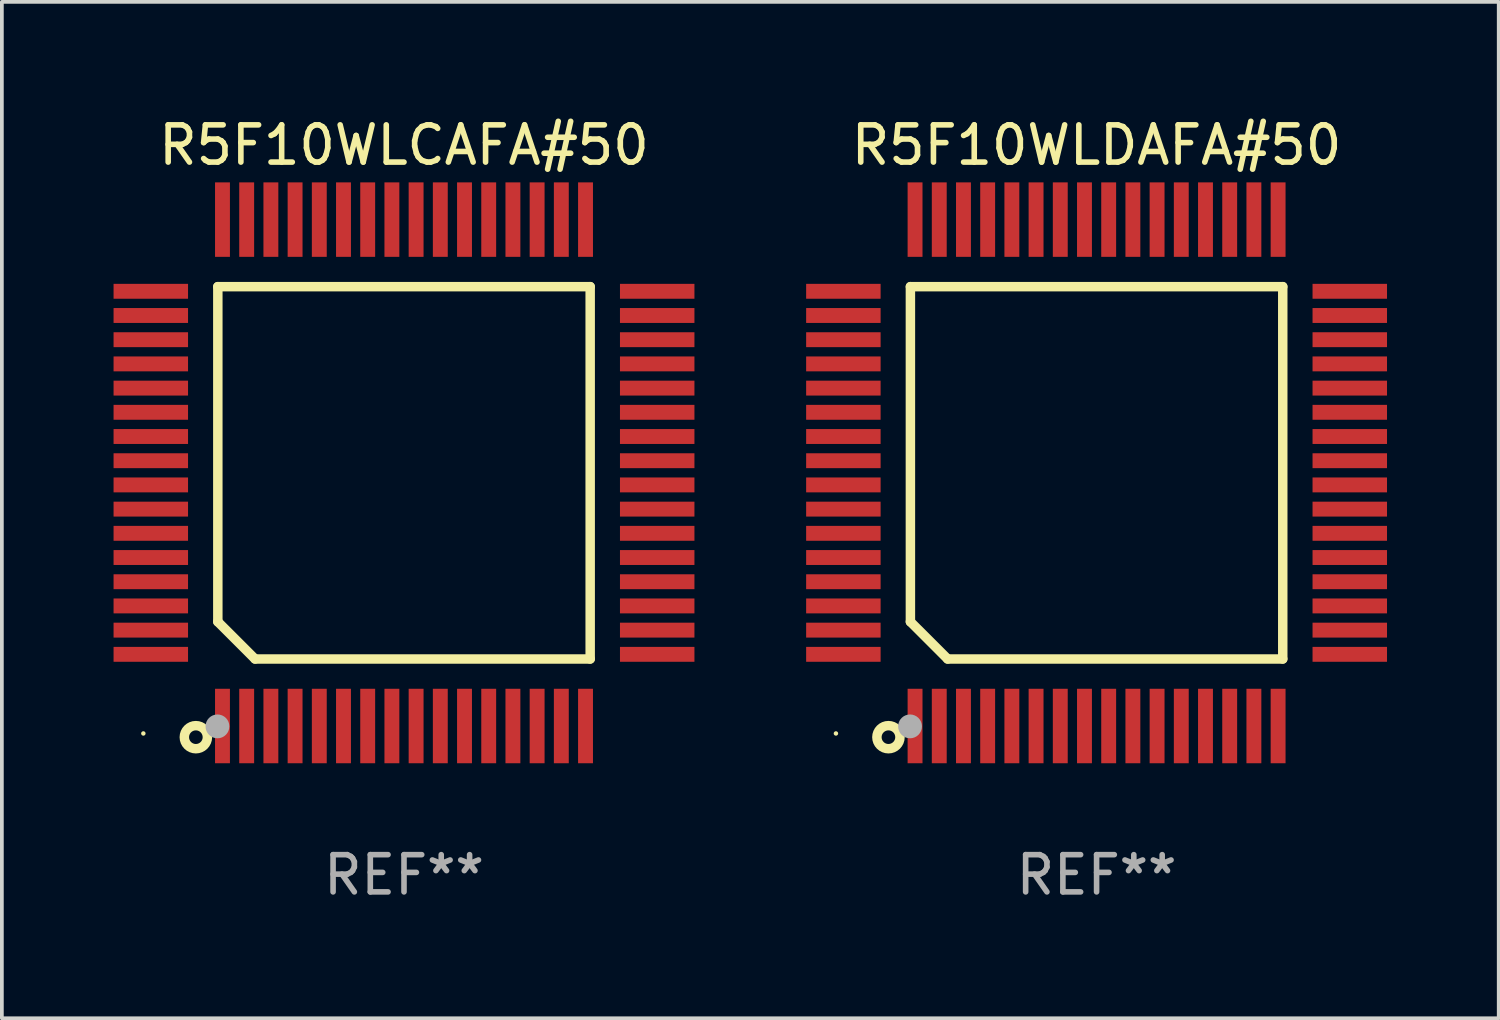
<source format=kicad_pcb>
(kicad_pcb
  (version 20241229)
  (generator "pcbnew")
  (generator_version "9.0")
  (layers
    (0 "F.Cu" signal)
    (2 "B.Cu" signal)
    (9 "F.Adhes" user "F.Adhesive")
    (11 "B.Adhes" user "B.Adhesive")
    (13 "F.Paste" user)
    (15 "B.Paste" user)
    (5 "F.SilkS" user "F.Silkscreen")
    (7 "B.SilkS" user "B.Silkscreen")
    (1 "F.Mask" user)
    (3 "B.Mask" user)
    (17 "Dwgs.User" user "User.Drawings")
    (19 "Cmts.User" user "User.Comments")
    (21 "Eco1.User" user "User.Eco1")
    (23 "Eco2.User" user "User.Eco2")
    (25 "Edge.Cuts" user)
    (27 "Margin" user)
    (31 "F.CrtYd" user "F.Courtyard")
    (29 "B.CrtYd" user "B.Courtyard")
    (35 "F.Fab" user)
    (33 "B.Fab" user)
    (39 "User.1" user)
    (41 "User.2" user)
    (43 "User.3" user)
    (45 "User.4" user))
  (footprint "R5F10WLCAFA#50"
    (layer "F.Cu")
    (at 7.8 9.648)
    (property "Reference" "R5F10WLCAFA#50" (at 0 -8.8 0) (layer "F.SilkS") (effects (font (size 1 1) (thickness 0.15))))
    (attr through_hole)
    (fp_line (start -5 -5) (end 5 -5) (stroke (width 0.254) (type solid)) (layer "F.SilkS"))
    (fp_line (start -5 4) (end -5 -5) (stroke (width 0.254) (type solid)) (layer "F.SilkS"))
    (fp_line (start -4 5) (end -5 4) (stroke (width 0.254) (type solid)) (layer "F.SilkS"))
    (fp_line (start 5 -5) (end 5 5) (stroke (width 0.254) (type solid)) (layer "F.SilkS"))
    (fp_line (start 5 5) (end -4 5) (stroke (width 0.254) (type solid)) (layer "F.SilkS"))
    (fp_circle (center -7 7) (end -6.97 7) (stroke (width 0.06) (type solid)) (fill no) (layer "F.SilkS"))
    (fp_circle (center -5.59 7.1) (end -5.28 7.1) (stroke (width 0.254) (type solid)) (fill no) (layer "F.SilkS"))
    (fp_circle (center -5.01 6.81) (end -4.85 6.81) (stroke (width 0.32) (type solid)) (fill no) (layer "F.Fab"))
    (fp_text user "REF**" (at 0 10.8 0) (layer "F.Fab") (effects (font (size 1 1) (thickness 0.15))))
    (pad "1" smd rect (at -4.875 6.8) (size 0.4 2) (layers "F.Cu" "F.Mask" "F.Paste"))
    (pad "2" smd rect (at -4.225 6.8) (size 0.4 2) (layers "F.Cu" "F.Mask" "F.Paste"))
    (pad "3" smd rect (at -3.575 6.8) (size 0.4 2) (layers "F.Cu" "F.Mask" "F.Paste"))
    (pad "4" smd rect (at -2.925 6.8) (size 0.4 2) (layers "F.Cu" "F.Mask" "F.Paste"))
    (pad "5" smd rect (at -2.275 6.8) (size 0.4 2) (layers "F.Cu" "F.Mask" "F.Paste"))
    (pad "6" smd rect (at -1.625 6.8) (size 0.4 2) (layers "F.Cu" "F.Mask" "F.Paste"))
    (pad "7" smd rect (at -0.975 6.8) (size 0.4 2) (layers "F.Cu" "F.Mask" "F.Paste"))
    (pad "8" smd rect (at -0.325 6.8) (size 0.4 2) (layers "F.Cu" "F.Mask" "F.Paste"))
    (pad "9" smd rect (at 0.325 6.8) (size 0.4 2) (layers "F.Cu" "F.Mask" "F.Paste"))
    (pad "10" smd rect (at 0.975 6.8) (size 0.4 2) (layers "F.Cu" "F.Mask" "F.Paste"))
    (pad "11" smd rect (at 1.625 6.8) (size 0.4 2) (layers "F.Cu" "F.Mask" "F.Paste"))
    (pad "12" smd rect (at 2.275 6.8) (size 0.4 2) (layers "F.Cu" "F.Mask" "F.Paste"))
    (pad "13" smd rect (at 2.925 6.8) (size 0.4 2) (layers "F.Cu" "F.Mask" "F.Paste"))
    (pad "14" smd rect (at 3.575 6.8) (size 0.4 2) (layers "F.Cu" "F.Mask" "F.Paste"))
    (pad "15" smd rect (at 4.225 6.8) (size 0.4 2) (layers "F.Cu" "F.Mask" "F.Paste"))
    (pad "16" smd rect (at 4.875 6.8) (size 0.4 2) (layers "F.Cu" "F.Mask" "F.Paste"))
    (pad "17" smd rect (at 6.8 4.875) (size 2 0.4) (layers "F.Cu" "F.Mask" "F.Paste"))
    (pad "18" smd rect (at 6.8 4.225) (size 2 0.4) (layers "F.Cu" "F.Mask" "F.Paste"))
    (pad "19" smd rect (at 6.8 3.575) (size 2 0.4) (layers "F.Cu" "F.Mask" "F.Paste"))
    (pad "20" smd rect (at 6.8 2.925) (size 2 0.4) (layers "F.Cu" "F.Mask" "F.Paste"))
    (pad "21" smd rect (at 6.8 2.275) (size 2 0.4) (layers "F.Cu" "F.Mask" "F.Paste"))
    (pad "22" smd rect (at 6.8 1.625) (size 2 0.4) (layers "F.Cu" "F.Mask" "F.Paste"))
    (pad "23" smd rect (at 6.8 0.975) (size 2 0.4) (layers "F.Cu" "F.Mask" "F.Paste"))
    (pad "24" smd rect (at 6.8 0.325) (size 2 0.4) (layers "F.Cu" "F.Mask" "F.Paste"))
    (pad "25" smd rect (at 6.8 -0.325) (size 2 0.4) (layers "F.Cu" "F.Mask" "F.Paste"))
    (pad "26" smd rect (at 6.8 -0.975) (size 2 0.4) (layers "F.Cu" "F.Mask" "F.Paste"))
    (pad "27" smd rect (at 6.8 -1.625) (size 2 0.4) (layers "F.Cu" "F.Mask" "F.Paste"))
    (pad "28" smd rect (at 6.8 -2.275) (size 2 0.4) (layers "F.Cu" "F.Mask" "F.Paste"))
    (pad "29" smd rect (at 6.8 -2.925) (size 2 0.4) (layers "F.Cu" "F.Mask" "F.Paste"))
    (pad "30" smd rect (at 6.8 -3.575) (size 2 0.4) (layers "F.Cu" "F.Mask" "F.Paste"))
    (pad "31" smd rect (at 6.8 -4.225) (size 2 0.4) (layers "F.Cu" "F.Mask" "F.Paste"))
    (pad "32" smd rect (at 6.8 -4.875) (size 2 0.4) (layers "F.Cu" "F.Mask" "F.Paste"))
    (pad "33" smd rect (at 4.875 -6.8) (size 0.4 2) (layers "F.Cu" "F.Mask" "F.Paste"))
    (pad "34" smd rect (at 4.225 -6.8) (size 0.4 2) (layers "F.Cu" "F.Mask" "F.Paste"))
    (pad "35" smd rect (at 3.575 -6.8) (size 0.4 2) (layers "F.Cu" "F.Mask" "F.Paste"))
    (pad "36" smd rect (at 2.925 -6.8) (size 0.4 2) (layers "F.Cu" "F.Mask" "F.Paste"))
    (pad "37" smd rect (at 2.275 -6.8) (size 0.4 2) (layers "F.Cu" "F.Mask" "F.Paste"))
    (pad "38" smd rect (at 1.625 -6.8) (size 0.4 2) (layers "F.Cu" "F.Mask" "F.Paste"))
    (pad "39" smd rect (at 0.975 -6.8) (size 0.4 2) (layers "F.Cu" "F.Mask" "F.Paste"))
    (pad "40" smd rect (at 0.325 -6.8) (size 0.4 2) (layers "F.Cu" "F.Mask" "F.Paste"))
    (pad "41" smd rect (at -0.325 -6.8) (size 0.4 2) (layers "F.Cu" "F.Mask" "F.Paste"))
    (pad "42" smd rect (at -0.975 -6.8) (size 0.4 2) (layers "F.Cu" "F.Mask" "F.Paste"))
    (pad "43" smd rect (at -1.625 -6.8) (size 0.4 2) (layers "F.Cu" "F.Mask" "F.Paste"))
    (pad "44" smd rect (at -2.275 -6.8) (size 0.4 2) (layers "F.Cu" "F.Mask" "F.Paste"))
    (pad "45" smd rect (at -2.925 -6.8) (size 0.4 2) (layers "F.Cu" "F.Mask" "F.Paste"))
    (pad "46" smd rect (at -3.575 -6.8) (size 0.4 2) (layers "F.Cu" "F.Mask" "F.Paste"))
    (pad "47" smd rect (at -4.225 -6.8) (size 0.4 2) (layers "F.Cu" "F.Mask" "F.Paste"))
    (pad "48" smd rect (at -4.875 -6.8) (size 0.4 2) (layers "F.Cu" "F.Mask" "F.Paste"))
    (pad "49" smd rect (at -6.8 -4.875) (size 2 0.4) (layers "F.Cu" "F.Mask" "F.Paste"))
    (pad "50" smd rect (at -6.8 -4.225) (size 2 0.4) (layers "F.Cu" "F.Mask" "F.Paste"))
    (pad "51" smd rect (at -6.8 -3.575) (size 2 0.4) (layers "F.Cu" "F.Mask" "F.Paste"))
    (pad "52" smd rect (at -6.8 -2.925) (size 2 0.4) (layers "F.Cu" "F.Mask" "F.Paste"))
    (pad "53" smd rect (at -6.8 -2.275) (size 2 0.4) (layers "F.Cu" "F.Mask" "F.Paste"))
    (pad "54" smd rect (at -6.8 -1.625) (size 2 0.4) (layers "F.Cu" "F.Mask" "F.Paste"))
    (pad "55" smd rect (at -6.8 -0.975) (size 2 0.4) (layers "F.Cu" "F.Mask" "F.Paste"))
    (pad "56" smd rect (at -6.8 -0.325) (size 2 0.4) (layers "F.Cu" "F.Mask" "F.Paste"))
    (pad "57" smd rect (at -6.8 0.325) (size 2 0.4) (layers "F.Cu" "F.Mask" "F.Paste"))
    (pad "58" smd rect (at -6.8 0.975) (size 2 0.4) (layers "F.Cu" "F.Mask" "F.Paste"))
    (pad "59" smd rect (at -6.8 1.625) (size 2 0.4) (layers "F.Cu" "F.Mask" "F.Paste"))
    (pad "60" smd rect (at -6.8 2.275) (size 2 0.4) (layers "F.Cu" "F.Mask" "F.Paste"))
    (pad "61" smd rect (at -6.8 2.925) (size 2 0.4) (layers "F.Cu" "F.Mask" "F.Paste"))
    (pad "62" smd rect (at -6.8 3.575) (size 2 0.4) (layers "F.Cu" "F.Mask" "F.Paste"))
    (pad "63" smd rect (at -6.8 4.225) (size 2 0.4) (layers "F.Cu" "F.Mask" "F.Paste"))
    (pad "64" smd rect (at -6.8 4.875) (size 2 0.4) (layers "F.Cu" "F.Mask" "F.Paste")))
  (footprint "R5F10WLDAFA#50"
    (layer "F.Cu")
    (at 26.4 9.648)
    (property "Reference" "R5F10WLDAFA#50" (at 0 -8.8 0) (layer "F.SilkS") (effects (font (size 1 1) (thickness 0.15))))
    (attr through_hole)
    (fp_line (start -5 -5) (end 5 -5) (stroke (width 0.254) (type solid)) (layer "F.SilkS"))
    (fp_line (start -5 4) (end -5 -5) (stroke (width 0.254) (type solid)) (layer "F.SilkS"))
    (fp_line (start -4 5) (end -5 4) (stroke (width 0.254) (type solid)) (layer "F.SilkS"))
    (fp_line (start 5 -5) (end 5 5) (stroke (width 0.254) (type solid)) (layer "F.SilkS"))
    (fp_line (start 5 5) (end -4 5) (stroke (width 0.254) (type solid)) (layer "F.SilkS"))
    (fp_circle (center -7 7) (end -6.97 7) (stroke (width 0.06) (type solid)) (fill no) (layer "F.SilkS"))
    (fp_circle (center -5.59 7.1) (end -5.28 7.1) (stroke (width 0.254) (type solid)) (fill no) (layer "F.SilkS"))
    (fp_circle (center -5.01 6.81) (end -4.85 6.81) (stroke (width 0.32) (type solid)) (fill no) (layer "F.Fab"))
    (fp_text user "REF**" (at 0 10.8 0) (layer "F.Fab") (effects (font (size 1 1) (thickness 0.15))))
    (pad "1" smd rect (at -4.875 6.8) (size 0.4 2) (layers "F.Cu" "F.Mask" "F.Paste"))
    (pad "2" smd rect (at -4.225 6.8) (size 0.4 2) (layers "F.Cu" "F.Mask" "F.Paste"))
    (pad "3" smd rect (at -3.575 6.8) (size 0.4 2) (layers "F.Cu" "F.Mask" "F.Paste"))
    (pad "4" smd rect (at -2.925 6.8) (size 0.4 2) (layers "F.Cu" "F.Mask" "F.Paste"))
    (pad "5" smd rect (at -2.275 6.8) (size 0.4 2) (layers "F.Cu" "F.Mask" "F.Paste"))
    (pad "6" smd rect (at -1.625 6.8) (size 0.4 2) (layers "F.Cu" "F.Mask" "F.Paste"))
    (pad "7" smd rect (at -0.975 6.8) (size 0.4 2) (layers "F.Cu" "F.Mask" "F.Paste"))
    (pad "8" smd rect (at -0.325 6.8) (size 0.4 2) (layers "F.Cu" "F.Mask" "F.Paste"))
    (pad "9" smd rect (at 0.325 6.8) (size 0.4 2) (layers "F.Cu" "F.Mask" "F.Paste"))
    (pad "10" smd rect (at 0.975 6.8) (size 0.4 2) (layers "F.Cu" "F.Mask" "F.Paste"))
    (pad "11" smd rect (at 1.625 6.8) (size 0.4 2) (layers "F.Cu" "F.Mask" "F.Paste"))
    (pad "12" smd rect (at 2.275 6.8) (size 0.4 2) (layers "F.Cu" "F.Mask" "F.Paste"))
    (pad "13" smd rect (at 2.925 6.8) (size 0.4 2) (layers "F.Cu" "F.Mask" "F.Paste"))
    (pad "14" smd rect (at 3.575 6.8) (size 0.4 2) (layers "F.Cu" "F.Mask" "F.Paste"))
    (pad "15" smd rect (at 4.225 6.8) (size 0.4 2) (layers "F.Cu" "F.Mask" "F.Paste"))
    (pad "16" smd rect (at 4.875 6.8) (size 0.4 2) (layers "F.Cu" "F.Mask" "F.Paste"))
    (pad "17" smd rect (at 6.8 4.875) (size 2 0.4) (layers "F.Cu" "F.Mask" "F.Paste"))
    (pad "18" smd rect (at 6.8 4.225) (size 2 0.4) (layers "F.Cu" "F.Mask" "F.Paste"))
    (pad "19" smd rect (at 6.8 3.575) (size 2 0.4) (layers "F.Cu" "F.Mask" "F.Paste"))
    (pad "20" smd rect (at 6.8 2.925) (size 2 0.4) (layers "F.Cu" "F.Mask" "F.Paste"))
    (pad "21" smd rect (at 6.8 2.275) (size 2 0.4) (layers "F.Cu" "F.Mask" "F.Paste"))
    (pad "22" smd rect (at 6.8 1.625) (size 2 0.4) (layers "F.Cu" "F.Mask" "F.Paste"))
    (pad "23" smd rect (at 6.8 0.975) (size 2 0.4) (layers "F.Cu" "F.Mask" "F.Paste"))
    (pad "24" smd rect (at 6.8 0.325) (size 2 0.4) (layers "F.Cu" "F.Mask" "F.Paste"))
    (pad "25" smd rect (at 6.8 -0.325) (size 2 0.4) (layers "F.Cu" "F.Mask" "F.Paste"))
    (pad "26" smd rect (at 6.8 -0.975) (size 2 0.4) (layers "F.Cu" "F.Mask" "F.Paste"))
    (pad "27" smd rect (at 6.8 -1.625) (size 2 0.4) (layers "F.Cu" "F.Mask" "F.Paste"))
    (pad "28" smd rect (at 6.8 -2.275) (size 2 0.4) (layers "F.Cu" "F.Mask" "F.Paste"))
    (pad "29" smd rect (at 6.8 -2.925) (size 2 0.4) (layers "F.Cu" "F.Mask" "F.Paste"))
    (pad "30" smd rect (at 6.8 -3.575) (size 2 0.4) (layers "F.Cu" "F.Mask" "F.Paste"))
    (pad "31" smd rect (at 6.8 -4.225) (size 2 0.4) (layers "F.Cu" "F.Mask" "F.Paste"))
    (pad "32" smd rect (at 6.8 -4.875) (size 2 0.4) (layers "F.Cu" "F.Mask" "F.Paste"))
    (pad "33" smd rect (at 4.875 -6.8) (size 0.4 2) (layers "F.Cu" "F.Mask" "F.Paste"))
    (pad "34" smd rect (at 4.225 -6.8) (size 0.4 2) (layers "F.Cu" "F.Mask" "F.Paste"))
    (pad "35" smd rect (at 3.575 -6.8) (size 0.4 2) (layers "F.Cu" "F.Mask" "F.Paste"))
    (pad "36" smd rect (at 2.925 -6.8) (size 0.4 2) (layers "F.Cu" "F.Mask" "F.Paste"))
    (pad "37" smd rect (at 2.275 -6.8) (size 0.4 2) (layers "F.Cu" "F.Mask" "F.Paste"))
    (pad "38" smd rect (at 1.625 -6.8) (size 0.4 2) (layers "F.Cu" "F.Mask" "F.Paste"))
    (pad "39" smd rect (at 0.975 -6.8) (size 0.4 2) (layers "F.Cu" "F.Mask" "F.Paste"))
    (pad "40" smd rect (at 0.325 -6.8) (size 0.4 2) (layers "F.Cu" "F.Mask" "F.Paste"))
    (pad "41" smd rect (at -0.325 -6.8) (size 0.4 2) (layers "F.Cu" "F.Mask" "F.Paste"))
    (pad "42" smd rect (at -0.975 -6.8) (size 0.4 2) (layers "F.Cu" "F.Mask" "F.Paste"))
    (pad "43" smd rect (at -1.625 -6.8) (size 0.4 2) (layers "F.Cu" "F.Mask" "F.Paste"))
    (pad "44" smd rect (at -2.275 -6.8) (size 0.4 2) (layers "F.Cu" "F.Mask" "F.Paste"))
    (pad "45" smd rect (at -2.925 -6.8) (size 0.4 2) (layers "F.Cu" "F.Mask" "F.Paste"))
    (pad "46" smd rect (at -3.575 -6.8) (size 0.4 2) (layers "F.Cu" "F.Mask" "F.Paste"))
    (pad "47" smd rect (at -4.225 -6.8) (size 0.4 2) (layers "F.Cu" "F.Mask" "F.Paste"))
    (pad "48" smd rect (at -4.875 -6.8) (size 0.4 2) (layers "F.Cu" "F.Mask" "F.Paste"))
    (pad "49" smd rect (at -6.8 -4.875) (size 2 0.4) (layers "F.Cu" "F.Mask" "F.Paste"))
    (pad "50" smd rect (at -6.8 -4.225) (size 2 0.4) (layers "F.Cu" "F.Mask" "F.Paste"))
    (pad "51" smd rect (at -6.8 -3.575) (size 2 0.4) (layers "F.Cu" "F.Mask" "F.Paste"))
    (pad "52" smd rect (at -6.8 -2.925) (size 2 0.4) (layers "F.Cu" "F.Mask" "F.Paste"))
    (pad "53" smd rect (at -6.8 -2.275) (size 2 0.4) (layers "F.Cu" "F.Mask" "F.Paste"))
    (pad "54" smd rect (at -6.8 -1.625) (size 2 0.4) (layers "F.Cu" "F.Mask" "F.Paste"))
    (pad "55" smd rect (at -6.8 -0.975) (size 2 0.4) (layers "F.Cu" "F.Mask" "F.Paste"))
    (pad "56" smd rect (at -6.8 -0.325) (size 2 0.4) (layers "F.Cu" "F.Mask" "F.Paste"))
    (pad "57" smd rect (at -6.8 0.325) (size 2 0.4) (layers "F.Cu" "F.Mask" "F.Paste"))
    (pad "58" smd rect (at -6.8 0.975) (size 2 0.4) (layers "F.Cu" "F.Mask" "F.Paste"))
    (pad "59" smd rect (at -6.8 1.625) (size 2 0.4) (layers "F.Cu" "F.Mask" "F.Paste"))
    (pad "60" smd rect (at -6.8 2.275) (size 2 0.4) (layers "F.Cu" "F.Mask" "F.Paste"))
    (pad "61" smd rect (at -6.8 2.925) (size 2 0.4) (layers "F.Cu" "F.Mask" "F.Paste"))
    (pad "62" smd rect (at -6.8 3.575) (size 2 0.4) (layers "F.Cu" "F.Mask" "F.Paste"))
    (pad "63" smd rect (at -6.8 4.225) (size 2 0.4) (layers "F.Cu" "F.Mask" "F.Paste"))
    (pad "64" smd rect (at -6.8 4.875) (size 2 0.4) (layers "F.Cu" "F.Mask" "F.Paste")))
  (gr_rect
    (start -3 -3)
    (end 37.2 24.297)
    (stroke (width 0.1) (type default))
    (fill no)
    (layer "Edge.Cuts")))
</source>
